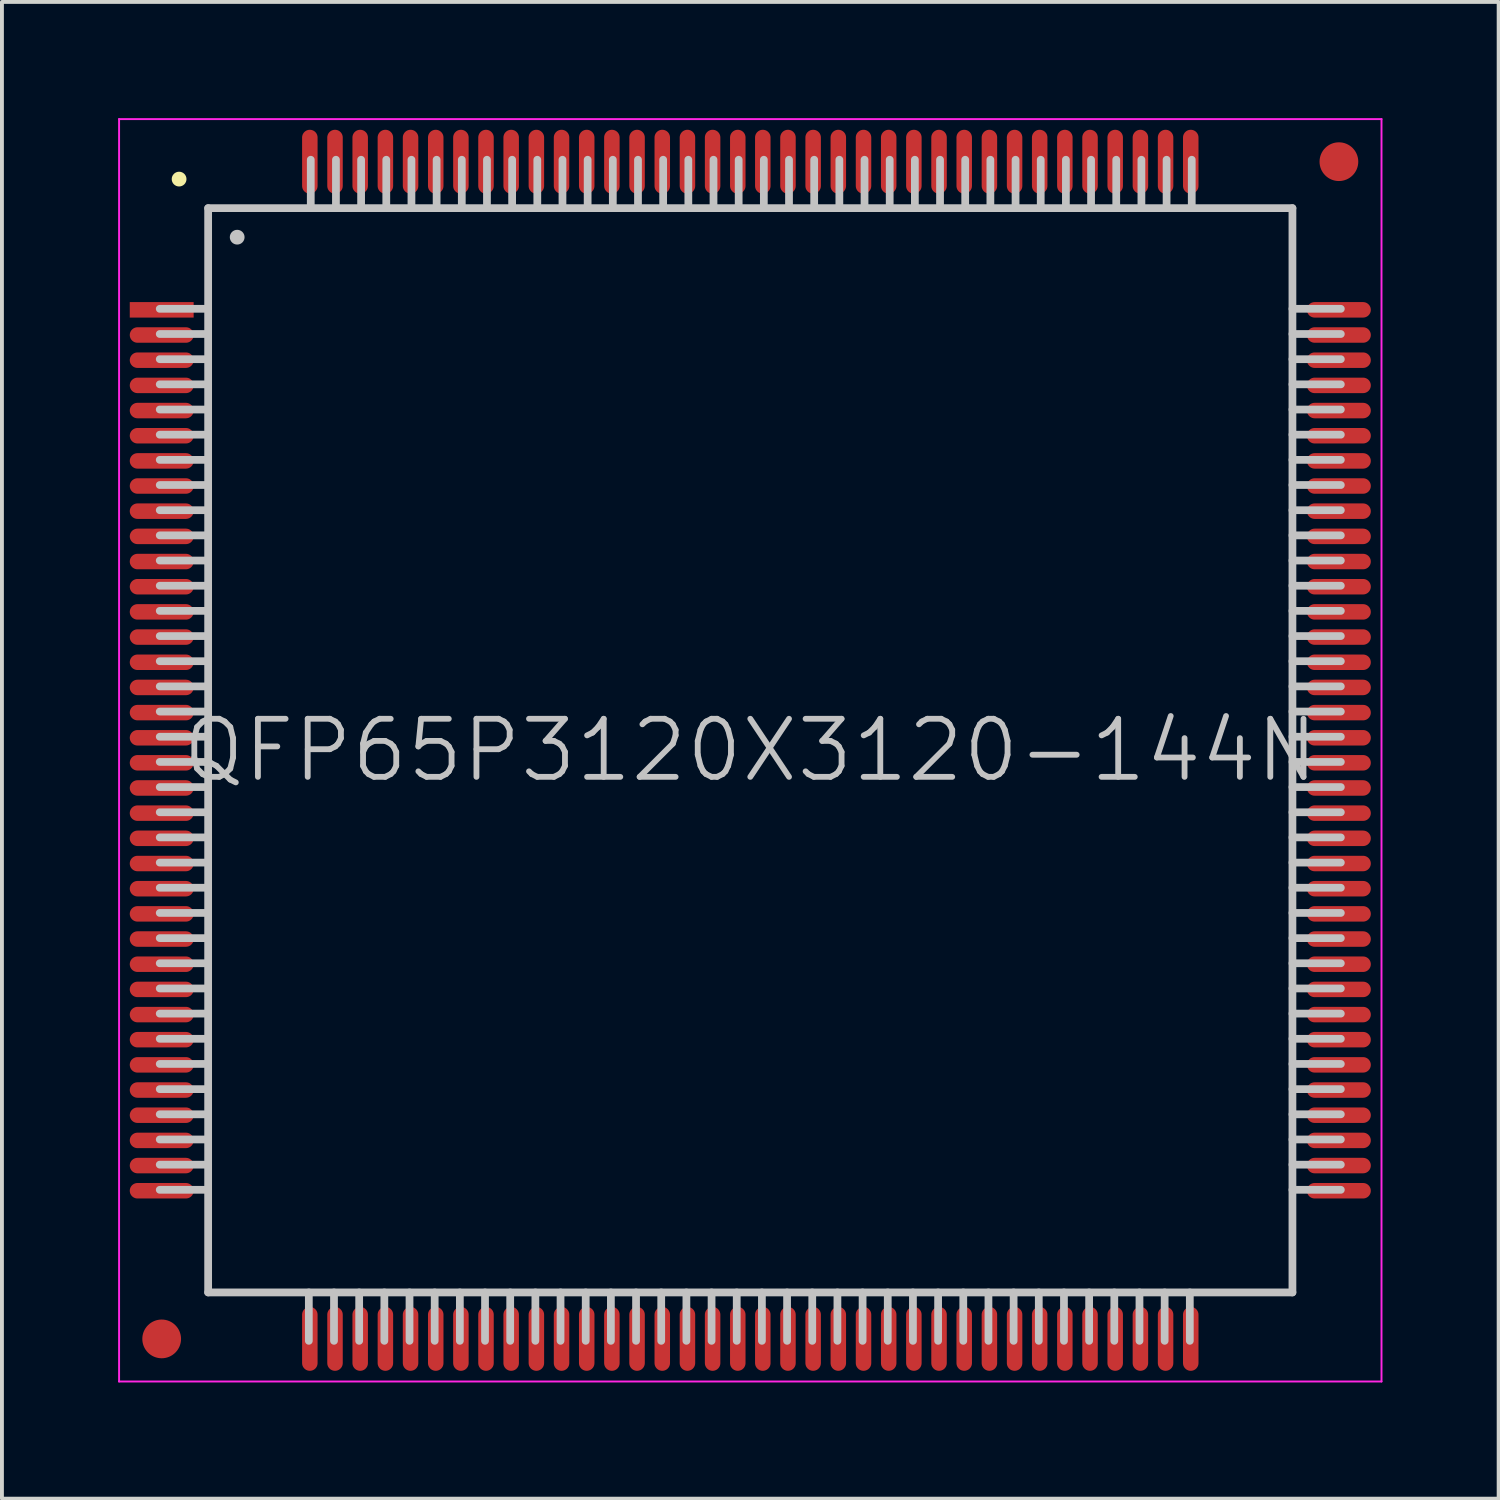
<source format=kicad_pcb>
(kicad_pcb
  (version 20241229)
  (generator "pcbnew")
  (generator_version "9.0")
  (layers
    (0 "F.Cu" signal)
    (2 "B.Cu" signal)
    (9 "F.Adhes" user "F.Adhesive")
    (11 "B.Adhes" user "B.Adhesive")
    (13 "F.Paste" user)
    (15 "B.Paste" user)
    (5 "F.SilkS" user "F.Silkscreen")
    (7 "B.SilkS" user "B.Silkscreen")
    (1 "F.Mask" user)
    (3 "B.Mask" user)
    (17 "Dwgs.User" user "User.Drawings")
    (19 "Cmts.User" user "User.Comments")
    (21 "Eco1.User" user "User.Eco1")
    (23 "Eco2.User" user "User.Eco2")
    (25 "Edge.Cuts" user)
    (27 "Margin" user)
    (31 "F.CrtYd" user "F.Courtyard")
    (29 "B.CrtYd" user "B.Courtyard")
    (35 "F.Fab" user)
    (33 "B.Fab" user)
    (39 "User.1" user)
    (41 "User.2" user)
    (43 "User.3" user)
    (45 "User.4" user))
  (footprint "QFP65P3120X3120-144N"
    (layer "F.Cu")
    (at 16.325 16.325)
    (property "Reference" "QFP65P3120X3120-144N" (at 0 0 0) (layer "Dwgs.User") (effects (font (size 1.5 1.5) (thickness 0.15))))
    (attr smd)
    (fp_line (start -14.75 -14.75) (end -14.75 -14.75) (stroke (width 0.381) (type solid)) (layer "F.SilkS"))
    (fp_line (start -14 -14) (end -14 14) (stroke (width 0.2) (type solid)) (layer "Dwgs.User"))
    (fp_line (start -14 -14) (end 14 -14) (stroke (width 0.2) (type solid)) (layer "Dwgs.User"))
    (fp_line (start -14 -11.4) (end -15.25 -11.4) (stroke (width 0.2) (type solid)) (layer "Dwgs.User"))
    (fp_line (start -14 -10.75) (end -15.25 -10.75) (stroke (width 0.2) (type solid)) (layer "Dwgs.User"))
    (fp_line (start -14 -10.1) (end -15.25 -10.1) (stroke (width 0.2) (type solid)) (layer "Dwgs.User"))
    (fp_line (start -14 -9.45) (end -15.25 -9.45) (stroke (width 0.2) (type solid)) (layer "Dwgs.User"))
    (fp_line (start -14 -8.8) (end -15.25 -8.8) (stroke (width 0.2) (type solid)) (layer "Dwgs.User"))
    (fp_line (start -14 -8.15) (end -15.25 -8.15) (stroke (width 0.2) (type solid)) (layer "Dwgs.User"))
    (fp_line (start -14 -7.5) (end -15.25 -7.5) (stroke (width 0.2) (type solid)) (layer "Dwgs.User"))
    (fp_line (start -14 -6.85) (end -15.25 -6.85) (stroke (width 0.2) (type solid)) (layer "Dwgs.User"))
    (fp_line (start -14 -6.2) (end -15.25 -6.2) (stroke (width 0.2) (type solid)) (layer "Dwgs.User"))
    (fp_line (start -14 -5.55) (end -15.25 -5.55) (stroke (width 0.2) (type solid)) (layer "Dwgs.User"))
    (fp_line (start -14 -4.9) (end -15.25 -4.9) (stroke (width 0.2) (type solid)) (layer "Dwgs.User"))
    (fp_line (start -14 -4.25) (end -15.25 -4.25) (stroke (width 0.2) (type solid)) (layer "Dwgs.User"))
    (fp_line (start -14 -3.6) (end -15.25 -3.6) (stroke (width 0.2) (type solid)) (layer "Dwgs.User"))
    (fp_line (start -14 -2.95) (end -15.25 -2.95) (stroke (width 0.2) (type solid)) (layer "Dwgs.User"))
    (fp_line (start -14 -2.3) (end -15.25 -2.3) (stroke (width 0.2) (type solid)) (layer "Dwgs.User"))
    (fp_line (start -14 -1.65) (end -15.25 -1.65) (stroke (width 0.2) (type solid)) (layer "Dwgs.User"))
    (fp_line (start -14 -1) (end -15.25 -1) (stroke (width 0.2) (type solid)) (layer "Dwgs.User"))
    (fp_line (start -14 -0.35) (end -15.25 -0.35) (stroke (width 0.2) (type solid)) (layer "Dwgs.User"))
    (fp_line (start -14 0.3) (end -15.25 0.3) (stroke (width 0.2) (type solid)) (layer "Dwgs.User"))
    (fp_line (start -14 0.95) (end -15.25 0.95) (stroke (width 0.2) (type solid)) (layer "Dwgs.User"))
    (fp_line (start -14 1.6) (end -15.25 1.6) (stroke (width 0.2) (type solid)) (layer "Dwgs.User"))
    (fp_line (start -14 2.25) (end -15.25 2.25) (stroke (width 0.2) (type solid)) (layer "Dwgs.User"))
    (fp_line (start -14 2.9) (end -15.25 2.9) (stroke (width 0.2) (type solid)) (layer "Dwgs.User"))
    (fp_line (start -14 3.55) (end -15.25 3.55) (stroke (width 0.2) (type solid)) (layer "Dwgs.User"))
    (fp_line (start -14 4.2) (end -15.25 4.2) (stroke (width 0.2) (type solid)) (layer "Dwgs.User"))
    (fp_line (start -14 4.85) (end -15.25 4.85) (stroke (width 0.2) (type solid)) (layer "Dwgs.User"))
    (fp_line (start -14 5.5) (end -15.25 5.5) (stroke (width 0.2) (type solid)) (layer "Dwgs.User"))
    (fp_line (start -14 6.15) (end -15.25 6.15) (stroke (width 0.2) (type solid)) (layer "Dwgs.User"))
    (fp_line (start -14 6.8) (end -15.25 6.8) (stroke (width 0.2) (type solid)) (layer "Dwgs.User"))
    (fp_line (start -14 7.45) (end -15.25 7.45) (stroke (width 0.2) (type solid)) (layer "Dwgs.User"))
    (fp_line (start -14 8.1) (end -15.25 8.1) (stroke (width 0.2) (type solid)) (layer "Dwgs.User"))
    (fp_line (start -14 8.75) (end -15.25 8.75) (stroke (width 0.2) (type solid)) (layer "Dwgs.User"))
    (fp_line (start -14 9.4) (end -15.25 9.4) (stroke (width 0.2) (type solid)) (layer "Dwgs.User"))
    (fp_line (start -14 10.05) (end -15.25 10.05) (stroke (width 0.2) (type solid)) (layer "Dwgs.User"))
    (fp_line (start -14 10.7) (end -15.25 10.7) (stroke (width 0.2) (type solid)) (layer "Dwgs.User"))
    (fp_line (start -14 11.35) (end -15.25 11.35) (stroke (width 0.2) (type solid)) (layer "Dwgs.User"))
    (fp_line (start -14 14) (end 14 14) (stroke (width 0.2) (type solid)) (layer "Dwgs.User"))
    (fp_line (start -13.25 -13.25) (end -13.25 -13.25) (stroke (width 0.381) (type solid)) (layer "Dwgs.User"))
    (fp_line (start -11.4 14) (end -11.4 15.25) (stroke (width 0.2) (type solid)) (layer "Dwgs.User"))
    (fp_line (start -11.35 -15.25) (end -11.35 -14) (stroke (width 0.2) (type solid)) (layer "Dwgs.User"))
    (fp_line (start -10.75 14) (end -10.75 15.25) (stroke (width 0.2) (type solid)) (layer "Dwgs.User"))
    (fp_line (start -10.7 -15.25) (end -10.7 -14) (stroke (width 0.2) (type solid)) (layer "Dwgs.User"))
    (fp_line (start -10.1 14) (end -10.1 15.25) (stroke (width 0.2) (type solid)) (layer "Dwgs.User"))
    (fp_line (start -10.05 -15.25) (end -10.05 -14) (stroke (width 0.2) (type solid)) (layer "Dwgs.User"))
    (fp_line (start -9.45 14) (end -9.45 15.25) (stroke (width 0.2) (type solid)) (layer "Dwgs.User"))
    (fp_line (start -9.4 -15.25) (end -9.4 -14) (stroke (width 0.2) (type solid)) (layer "Dwgs.User"))
    (fp_line (start -8.8 14) (end -8.8 15.25) (stroke (width 0.2) (type solid)) (layer "Dwgs.User"))
    (fp_line (start -8.75 -15.25) (end -8.75 -14) (stroke (width 0.2) (type solid)) (layer "Dwgs.User"))
    (fp_line (start -8.15 14) (end -8.15 15.25) (stroke (width 0.2) (type solid)) (layer "Dwgs.User"))
    (fp_line (start -8.1 -15.25) (end -8.1 -14) (stroke (width 0.2) (type solid)) (layer "Dwgs.User"))
    (fp_line (start -7.5 14) (end -7.5 15.25) (stroke (width 0.2) (type solid)) (layer "Dwgs.User"))
    (fp_line (start -7.45 -15.25) (end -7.45 -14) (stroke (width 0.2) (type solid)) (layer "Dwgs.User"))
    (fp_line (start -6.85 14) (end -6.85 15.25) (stroke (width 0.2) (type solid)) (layer "Dwgs.User"))
    (fp_line (start -6.8 -15.25) (end -6.8 -14) (stroke (width 0.2) (type solid)) (layer "Dwgs.User"))
    (fp_line (start -6.2 14) (end -6.2 15.25) (stroke (width 0.2) (type solid)) (layer "Dwgs.User"))
    (fp_line (start -6.15 -15.25) (end -6.15 -14) (stroke (width 0.2) (type solid)) (layer "Dwgs.User"))
    (fp_line (start -5.55 14) (end -5.55 15.25) (stroke (width 0.2) (type solid)) (layer "Dwgs.User"))
    (fp_line (start -5.5 -15.25) (end -5.5 -14) (stroke (width 0.2) (type solid)) (layer "Dwgs.User"))
    (fp_line (start -4.9 14) (end -4.9 15.25) (stroke (width 0.2) (type solid)) (layer "Dwgs.User"))
    (fp_line (start -4.85 -15.25) (end -4.85 -14) (stroke (width 0.2) (type solid)) (layer "Dwgs.User"))
    (fp_line (start -4.25 14) (end -4.25 15.25) (stroke (width 0.2) (type solid)) (layer "Dwgs.User"))
    (fp_line (start -4.2 -15.25) (end -4.2 -14) (stroke (width 0.2) (type solid)) (layer "Dwgs.User"))
    (fp_line (start -3.6 14) (end -3.6 15.25) (stroke (width 0.2) (type solid)) (layer "Dwgs.User"))
    (fp_line (start -3.55 -15.25) (end -3.55 -14) (stroke (width 0.2) (type solid)) (layer "Dwgs.User"))
    (fp_line (start -2.95 14) (end -2.95 15.25) (stroke (width 0.2) (type solid)) (layer "Dwgs.User"))
    (fp_line (start -2.9 -15.25) (end -2.9 -14) (stroke (width 0.2) (type solid)) (layer "Dwgs.User"))
    (fp_line (start -2.3 14) (end -2.3 15.25) (stroke (width 0.2) (type solid)) (layer "Dwgs.User"))
    (fp_line (start -2.25 -15.25) (end -2.25 -14) (stroke (width 0.2) (type solid)) (layer "Dwgs.User"))
    (fp_line (start -1.65 14) (end -1.65 15.25) (stroke (width 0.2) (type solid)) (layer "Dwgs.User"))
    (fp_line (start -1.6 -15.25) (end -1.6 -14) (stroke (width 0.2) (type solid)) (layer "Dwgs.User"))
    (fp_line (start -1 14) (end -1 15.25) (stroke (width 0.2) (type solid)) (layer "Dwgs.User"))
    (fp_line (start -0.95 -15.25) (end -0.95 -14) (stroke (width 0.2) (type solid)) (layer "Dwgs.User"))
    (fp_line (start -0.35 14) (end -0.35 15.25) (stroke (width 0.2) (type solid)) (layer "Dwgs.User"))
    (fp_line (start -0.3 -15.25) (end -0.3 -14) (stroke (width 0.2) (type solid)) (layer "Dwgs.User"))
    (fp_line (start 0.3 14) (end 0.3 15.25) (stroke (width 0.2) (type solid)) (layer "Dwgs.User"))
    (fp_line (start 0.35 -15.25) (end 0.35 -14) (stroke (width 0.2) (type solid)) (layer "Dwgs.User"))
    (fp_line (start 0.95 14) (end 0.95 15.25) (stroke (width 0.2) (type solid)) (layer "Dwgs.User"))
    (fp_line (start 1 -15.25) (end 1 -14) (stroke (width 0.2) (type solid)) (layer "Dwgs.User"))
    (fp_line (start 1.6 14) (end 1.6 15.25) (stroke (width 0.2) (type solid)) (layer "Dwgs.User"))
    (fp_line (start 1.65 -15.25) (end 1.65 -14) (stroke (width 0.2) (type solid)) (layer "Dwgs.User"))
    (fp_line (start 2.25 14) (end 2.25 15.25) (stroke (width 0.2) (type solid)) (layer "Dwgs.User"))
    (fp_line (start 2.3 -15.25) (end 2.3 -14) (stroke (width 0.2) (type solid)) (layer "Dwgs.User"))
    (fp_line (start 2.9 14) (end 2.9 15.25) (stroke (width 0.2) (type solid)) (layer "Dwgs.User"))
    (fp_line (start 2.95 -15.25) (end 2.95 -14) (stroke (width 0.2) (type solid)) (layer "Dwgs.User"))
    (fp_line (start 3.55 14) (end 3.55 15.25) (stroke (width 0.2) (type solid)) (layer "Dwgs.User"))
    (fp_line (start 3.6 -15.25) (end 3.6 -14) (stroke (width 0.2) (type solid)) (layer "Dwgs.User"))
    (fp_line (start 4.2 14) (end 4.2 15.25) (stroke (width 0.2) (type solid)) (layer "Dwgs.User"))
    (fp_line (start 4.25 -15.25) (end 4.25 -14) (stroke (width 0.2) (type solid)) (layer "Dwgs.User"))
    (fp_line (start 4.85 14) (end 4.85 15.25) (stroke (width 0.2) (type solid)) (layer "Dwgs.User"))
    (fp_line (start 4.9 -15.25) (end 4.9 -14) (stroke (width 0.2) (type solid)) (layer "Dwgs.User"))
    (fp_line (start 5.5 14) (end 5.5 15.25) (stroke (width 0.2) (type solid)) (layer "Dwgs.User"))
    (fp_line (start 5.55 -15.25) (end 5.55 -14) (stroke (width 0.2) (type solid)) (layer "Dwgs.User"))
    (fp_line (start 6.15 14) (end 6.15 15.25) (stroke (width 0.2) (type solid)) (layer "Dwgs.User"))
    (fp_line (start 6.2 -15.25) (end 6.2 -14) (stroke (width 0.2) (type solid)) (layer "Dwgs.User"))
    (fp_line (start 6.8 14) (end 6.8 15.25) (stroke (width 0.2) (type solid)) (layer "Dwgs.User"))
    (fp_line (start 6.85 -15.25) (end 6.85 -14) (stroke (width 0.2) (type solid)) (layer "Dwgs.User"))
    (fp_line (start 7.45 14) (end 7.45 15.25) (stroke (width 0.2) (type solid)) (layer "Dwgs.User"))
    (fp_line (start 7.5 -15.25) (end 7.5 -14) (stroke (width 0.2) (type solid)) (layer "Dwgs.User"))
    (fp_line (start 8.1 14) (end 8.1 15.25) (stroke (width 0.2) (type solid)) (layer "Dwgs.User"))
    (fp_line (start 8.15 -15.25) (end 8.15 -14) (stroke (width 0.2) (type solid)) (layer "Dwgs.User"))
    (fp_line (start 8.75 14) (end 8.75 15.25) (stroke (width 0.2) (type solid)) (layer "Dwgs.User"))
    (fp_line (start 8.8 -15.25) (end 8.8 -14) (stroke (width 0.2) (type solid)) (layer "Dwgs.User"))
    (fp_line (start 9.4 14) (end 9.4 15.25) (stroke (width 0.2) (type solid)) (layer "Dwgs.User"))
    (fp_line (start 9.45 -15.25) (end 9.45 -14) (stroke (width 0.2) (type solid)) (layer "Dwgs.User"))
    (fp_line (start 10.05 14) (end 10.05 15.25) (stroke (width 0.2) (type solid)) (layer "Dwgs.User"))
    (fp_line (start 10.1 -15.25) (end 10.1 -14) (stroke (width 0.2) (type solid)) (layer "Dwgs.User"))
    (fp_line (start 10.7 14) (end 10.7 15.25) (stroke (width 0.2) (type solid)) (layer "Dwgs.User"))
    (fp_line (start 10.75 -15.25) (end 10.75 -14) (stroke (width 0.2) (type solid)) (layer "Dwgs.User"))
    (fp_line (start 11.35 14) (end 11.35 15.25) (stroke (width 0.2) (type solid)) (layer "Dwgs.User"))
    (fp_line (start 11.4 -15.25) (end 11.4 -14) (stroke (width 0.2) (type solid)) (layer "Dwgs.User"))
    (fp_line (start 14 -14) (end 14 14) (stroke (width 0.2) (type solid)) (layer "Dwgs.User"))
    (fp_line (start 15.25 -11.4) (end 14 -11.4) (stroke (width 0.2) (type solid)) (layer "Dwgs.User"))
    (fp_line (start 15.25 -10.75) (end 14 -10.75) (stroke (width 0.2) (type solid)) (layer "Dwgs.User"))
    (fp_line (start 15.25 -10.1) (end 14 -10.1) (stroke (width 0.2) (type solid)) (layer "Dwgs.User"))
    (fp_line (start 15.25 -9.45) (end 14 -9.45) (stroke (width 0.2) (type solid)) (layer "Dwgs.User"))
    (fp_line (start 15.25 -8.8) (end 14 -8.8) (stroke (width 0.2) (type solid)) (layer "Dwgs.User"))
    (fp_line (start 15.25 -8.15) (end 14 -8.15) (stroke (width 0.2) (type solid)) (layer "Dwgs.User"))
    (fp_line (start 15.25 -7.5) (end 14 -7.5) (stroke (width 0.2) (type solid)) (layer "Dwgs.User"))
    (fp_line (start 15.25 -6.85) (end 14 -6.85) (stroke (width 0.2) (type solid)) (layer "Dwgs.User"))
    (fp_line (start 15.25 -6.2) (end 14 -6.2) (stroke (width 0.2) (type solid)) (layer "Dwgs.User"))
    (fp_line (start 15.25 -5.55) (end 14 -5.55) (stroke (width 0.2) (type solid)) (layer "Dwgs.User"))
    (fp_line (start 15.25 -4.9) (end 14 -4.9) (stroke (width 0.2) (type solid)) (layer "Dwgs.User"))
    (fp_line (start 15.25 -4.25) (end 14 -4.25) (stroke (width 0.2) (type solid)) (layer "Dwgs.User"))
    (fp_line (start 15.25 -3.6) (end 14 -3.6) (stroke (width 0.2) (type solid)) (layer "Dwgs.User"))
    (fp_line (start 15.25 -2.95) (end 14 -2.95) (stroke (width 0.2) (type solid)) (layer "Dwgs.User"))
    (fp_line (start 15.25 -2.3) (end 14 -2.3) (stroke (width 0.2) (type solid)) (layer "Dwgs.User"))
    (fp_line (start 15.25 -1.65) (end 14 -1.65) (stroke (width 0.2) (type solid)) (layer "Dwgs.User"))
    (fp_line (start 15.25 -1) (end 14 -1) (stroke (width 0.2) (type solid)) (layer "Dwgs.User"))
    (fp_line (start 15.25 -0.35) (end 14 -0.35) (stroke (width 0.2) (type solid)) (layer "Dwgs.User"))
    (fp_line (start 15.25 0.3) (end 14 0.3) (stroke (width 0.2) (type solid)) (layer "Dwgs.User"))
    (fp_line (start 15.25 0.95) (end 14 0.95) (stroke (width 0.2) (type solid)) (layer "Dwgs.User"))
    (fp_line (start 15.25 1.6) (end 14 1.6) (stroke (width 0.2) (type solid)) (layer "Dwgs.User"))
    (fp_line (start 15.25 2.25) (end 14 2.25) (stroke (width 0.2) (type solid)) (layer "Dwgs.User"))
    (fp_line (start 15.25 2.9) (end 14 2.9) (stroke (width 0.2) (type solid)) (layer "Dwgs.User"))
    (fp_line (start 15.25 3.55) (end 14 3.55) (stroke (width 0.2) (type solid)) (layer "Dwgs.User"))
    (fp_line (start 15.25 4.2) (end 14 4.2) (stroke (width 0.2) (type solid)) (layer "Dwgs.User"))
    (fp_line (start 15.25 4.85) (end 14 4.85) (stroke (width 0.2) (type solid)) (layer "Dwgs.User"))
    (fp_line (start 15.25 5.5) (end 14 5.5) (stroke (width 0.2) (type solid)) (layer "Dwgs.User"))
    (fp_line (start 15.25 6.15) (end 14 6.15) (stroke (width 0.2) (type solid)) (layer "Dwgs.User"))
    (fp_line (start 15.25 6.8) (end 14 6.8) (stroke (width 0.2) (type solid)) (layer "Dwgs.User"))
    (fp_line (start 15.25 7.45) (end 14 7.45) (stroke (width 0.2) (type solid)) (layer "Dwgs.User"))
    (fp_line (start 15.25 8.1) (end 14 8.1) (stroke (width 0.2) (type solid)) (layer "Dwgs.User"))
    (fp_line (start 15.25 8.75) (end 14 8.75) (stroke (width 0.2) (type solid)) (layer "Dwgs.User"))
    (fp_line (start 15.25 9.4) (end 14 9.4) (stroke (width 0.2) (type solid)) (layer "Dwgs.User"))
    (fp_line (start 15.25 10.05) (end 14 10.05) (stroke (width 0.2) (type solid)) (layer "Dwgs.User"))
    (fp_line (start 15.25 10.7) (end 14 10.7) (stroke (width 0.2) (type solid)) (layer "Dwgs.User"))
    (fp_line (start 15.25 11.35) (end 14 11.35) (stroke (width 0.2) (type solid)) (layer "Dwgs.User"))
    (fp_line (start -16.3 -16.3) (end -16.3 16.3) (stroke (width 0.05) (type solid)) (layer "F.CrtYd"))
    (fp_line (start -16.3 -16.3) (end 16.3 -16.3) (stroke (width 0.05) (type solid)) (layer "F.CrtYd"))
    (fp_line (start -16.3 16.3) (end 16.3 16.3) (stroke (width 0.05) (type solid)) (layer "F.CrtYd"))
    (fp_line (start 16.3 -16.3) (end 16.3 16.3) (stroke (width 0.05) (type solid)) (layer "F.CrtYd"))
    (pad "" smd circle (at -15.2 15.2) (size 1 1) (layers "F.Cu" "F.Mask"))
    (pad "" smd circle (at 15.2 -15.2) (size 1 1) (layers "F.Cu" "F.Mask"))
    (pad "1" smd rect (at -15.199 -11.374 90) (size 0.4 1.65) (layers "F.Cu" "F.Mask" "F.Paste"))
    (pad "2" smd oval (at -15.199 -10.724 90) (size 0.4 1.65) (layers "F.Cu" "F.Mask" "F.Paste"))
    (pad "3" smd oval (at -15.199 -10.074 90) (size 0.4 1.65) (layers "F.Cu" "F.Mask" "F.Paste"))
    (pad "4" smd oval (at -15.199 -9.423 90) (size 0.4 1.65) (layers "F.Cu" "F.Mask" "F.Paste"))
    (pad "5" smd oval (at -15.199 -8.773 90) (size 0.4 1.65) (layers "F.Cu" "F.Mask" "F.Paste"))
    (pad "6" smd oval (at -15.199 -8.123 90) (size 0.4 1.65) (layers "F.Cu" "F.Mask" "F.Paste"))
    (pad "7" smd oval (at -15.199 -7.473 90) (size 0.4 1.65) (layers "F.Cu" "F.Mask" "F.Paste"))
    (pad "8" smd oval (at -15.199 -6.825 90) (size 0.4 1.65) (layers "F.Cu" "F.Mask" "F.Paste"))
    (pad "9" smd oval (at -15.199 -6.175 90) (size 0.4 1.65) (layers "F.Cu" "F.Mask" "F.Paste"))
    (pad "10" smd oval (at -15.199 -5.524 90) (size 0.4 1.65) (layers "F.Cu" "F.Mask" "F.Paste"))
    (pad "11" smd oval (at -15.199 -4.874 90) (size 0.4 1.65) (layers "F.Cu" "F.Mask" "F.Paste"))
    (pad "12" smd oval (at -15.199 -4.224 90) (size 0.4 1.65) (layers "F.Cu" "F.Mask" "F.Paste"))
    (pad "13" smd oval (at -15.199 -3.574 90) (size 0.4 1.65) (layers "F.Cu" "F.Mask" "F.Paste"))
    (pad "14" smd oval (at -15.199 -2.924 90) (size 0.4 1.65) (layers "F.Cu" "F.Mask" "F.Paste"))
    (pad "15" smd oval (at -15.199 -2.273 90) (size 0.4 1.65) (layers "F.Cu" "F.Mask" "F.Paste"))
    (pad "16" smd oval (at -15.199 -1.623 90) (size 0.4 1.65) (layers "F.Cu" "F.Mask" "F.Paste"))
    (pad "17" smd oval (at -15.199 -0.973 90) (size 0.4 1.65) (layers "F.Cu" "F.Mask" "F.Paste"))
    (pad "18" smd oval (at -15.199 -0.323 90) (size 0.4 1.65) (layers "F.Cu" "F.Mask" "F.Paste"))
    (pad "19" smd oval (at -15.199 0.323 90) (size 0.4 1.65) (layers "F.Cu" "F.Mask" "F.Paste"))
    (pad "20" smd oval (at -15.199 0.973 90) (size 0.4 1.65) (layers "F.Cu" "F.Mask" "F.Paste"))
    (pad "21" smd oval (at -15.199 1.623 90) (size 0.4 1.65) (layers "F.Cu" "F.Mask" "F.Paste"))
    (pad "22" smd oval (at -15.199 2.273 90) (size 0.4 1.65) (layers "F.Cu" "F.Mask" "F.Paste"))
    (pad "23" smd oval (at -15.199 2.924 90) (size 0.4 1.65) (layers "F.Cu" "F.Mask" "F.Paste"))
    (pad "24" smd oval (at -15.199 3.574 90) (size 0.4 1.65) (layers "F.Cu" "F.Mask" "F.Paste"))
    (pad "25" smd oval (at -15.199 4.224 90) (size 0.4 1.65) (layers "F.Cu" "F.Mask" "F.Paste"))
    (pad "26" smd oval (at -15.199 4.874 90) (size 0.4 1.65) (layers "F.Cu" "F.Mask" "F.Paste"))
    (pad "27" smd oval (at -15.199 5.524 90) (size 0.4 1.65) (layers "F.Cu" "F.Mask" "F.Paste"))
    (pad "28" smd oval (at -15.199 6.175 90) (size 0.4 1.65) (layers "F.Cu" "F.Mask" "F.Paste"))
    (pad "29" smd oval (at -15.199 6.825 90) (size 0.4 1.65) (layers "F.Cu" "F.Mask" "F.Paste"))
    (pad "30" smd oval (at -15.199 7.473 90) (size 0.4 1.65) (layers "F.Cu" "F.Mask" "F.Paste"))
    (pad "31" smd oval (at -15.199 8.123 90) (size 0.4 1.65) (layers "F.Cu" "F.Mask" "F.Paste"))
    (pad "32" smd oval (at -15.199 8.773 90) (size 0.4 1.65) (layers "F.Cu" "F.Mask" "F.Paste"))
    (pad "33" smd oval (at -15.199 9.423 90) (size 0.4 1.65) (layers "F.Cu" "F.Mask" "F.Paste"))
    (pad "34" smd oval (at -15.199 10.074 90) (size 0.4 1.65) (layers "F.Cu" "F.Mask" "F.Paste"))
    (pad "35" smd oval (at -15.199 10.724 90) (size 0.4 1.65) (layers "F.Cu" "F.Mask" "F.Paste"))
    (pad "36" smd oval (at -15.199 11.374 90) (size 0.4 1.65) (layers "F.Cu" "F.Mask" "F.Paste"))
    (pad "37" smd oval (at -11.374 15.199 180) (size 0.4 1.65) (layers "F.Cu" "F.Mask" "F.Paste"))
    (pad "38" smd oval (at -10.724 15.199 180) (size 0.4 1.65) (layers "F.Cu" "F.Mask" "F.Paste"))
    (pad "39" smd oval (at -10.074 15.199 180) (size 0.4 1.65) (layers "F.Cu" "F.Mask" "F.Paste"))
    (pad "40" smd oval (at -9.423 15.199 180) (size 0.4 1.65) (layers "F.Cu" "F.Mask" "F.Paste"))
    (pad "41" smd oval (at -8.773 15.199 180) (size 0.4 1.65) (layers "F.Cu" "F.Mask" "F.Paste"))
    (pad "42" smd oval (at -8.123 15.199 180) (size 0.4 1.65) (layers "F.Cu" "F.Mask" "F.Paste"))
    (pad "43" smd oval (at -7.473 15.199 180) (size 0.4 1.65) (layers "F.Cu" "F.Mask" "F.Paste"))
    (pad "44" smd oval (at -6.825 15.199 180) (size 0.4 1.65) (layers "F.Cu" "F.Mask" "F.Paste"))
    (pad "45" smd oval (at -6.175 15.199 180) (size 0.4 1.65) (layers "F.Cu" "F.Mask" "F.Paste"))
    (pad "46" smd oval (at -5.524 15.199 180) (size 0.4 1.65) (layers "F.Cu" "F.Mask" "F.Paste"))
    (pad "47" smd oval (at -4.874 15.199 180) (size 0.4 1.65) (layers "F.Cu" "F.Mask" "F.Paste"))
    (pad "48" smd oval (at -4.224 15.199 180) (size 0.4 1.65) (layers "F.Cu" "F.Mask" "F.Paste"))
    (pad "49" smd oval (at -3.574 15.199 180) (size 0.4 1.65) (layers "F.Cu" "F.Mask" "F.Paste"))
    (pad "50" smd oval (at -2.924 15.199 180) (size 0.4 1.65) (layers "F.Cu" "F.Mask" "F.Paste"))
    (pad "51" smd oval (at -2.273 15.199 180) (size 0.4 1.65) (layers "F.Cu" "F.Mask" "F.Paste"))
    (pad "52" smd oval (at -1.623 15.199 180) (size 0.4 1.65) (layers "F.Cu" "F.Mask" "F.Paste"))
    (pad "53" smd oval (at -0.973 15.199 180) (size 0.4 1.65) (layers "F.Cu" "F.Mask" "F.Paste"))
    (pad "54" smd oval (at -0.323 15.199 180) (size 0.4 1.65) (layers "F.Cu" "F.Mask" "F.Paste"))
    (pad "55" smd oval (at 0.323 15.199 180) (size 0.4 1.65) (layers "F.Cu" "F.Mask" "F.Paste"))
    (pad "56" smd oval (at 0.973 15.199 180) (size 0.4 1.65) (layers "F.Cu" "F.Mask" "F.Paste"))
    (pad "57" smd oval (at 1.623 15.199 180) (size 0.4 1.65) (layers "F.Cu" "F.Mask" "F.Paste"))
    (pad "58" smd oval (at 2.273 15.199 180) (size 0.4 1.65) (layers "F.Cu" "F.Mask" "F.Paste"))
    (pad "59" smd oval (at 2.924 15.199 180) (size 0.4 1.65) (layers "F.Cu" "F.Mask" "F.Paste"))
    (pad "60" smd oval (at 3.574 15.199 180) (size 0.4 1.65) (layers "F.Cu" "F.Mask" "F.Paste"))
    (pad "61" smd oval (at 4.224 15.199 180) (size 0.4 1.65) (layers "F.Cu" "F.Mask" "F.Paste"))
    (pad "62" smd oval (at 4.874 15.199 180) (size 0.4 1.65) (layers "F.Cu" "F.Mask" "F.Paste"))
    (pad "63" smd oval (at 5.524 15.199 180) (size 0.4 1.65) (layers "F.Cu" "F.Mask" "F.Paste"))
    (pad "64" smd oval (at 6.175 15.199 180) (size 0.4 1.65) (layers "F.Cu" "F.Mask" "F.Paste"))
    (pad "65" smd oval (at 6.825 15.199 180) (size 0.4 1.65) (layers "F.Cu" "F.Mask" "F.Paste"))
    (pad "66" smd oval (at 7.473 15.199 180) (size 0.4 1.65) (layers "F.Cu" "F.Mask" "F.Paste"))
    (pad "67" smd oval (at 8.123 15.199 180) (size 0.4 1.65) (layers "F.Cu" "F.Mask" "F.Paste"))
    (pad "68" smd oval (at 8.773 15.199 180) (size 0.4 1.65) (layers "F.Cu" "F.Mask" "F.Paste"))
    (pad "69" smd oval (at 9.423 15.199 180) (size 0.4 1.65) (layers "F.Cu" "F.Mask" "F.Paste"))
    (pad "70" smd oval (at 10.074 15.199 180) (size 0.4 1.65) (layers "F.Cu" "F.Mask" "F.Paste"))
    (pad "71" smd oval (at 10.724 15.199 180) (size 0.4 1.65) (layers "F.Cu" "F.Mask" "F.Paste"))
    (pad "72" smd oval (at 11.374 15.199 180) (size 0.4 1.65) (layers "F.Cu" "F.Mask" "F.Paste"))
    (pad "73" smd oval (at 15.199 11.374 270) (size 0.4 1.65) (layers "F.Cu" "F.Mask" "F.Paste"))
    (pad "74" smd oval (at 15.199 10.724 270) (size 0.4 1.65) (layers "F.Cu" "F.Mask" "F.Paste"))
    (pad "75" smd oval (at 15.199 10.074 270) (size 0.4 1.65) (layers "F.Cu" "F.Mask" "F.Paste"))
    (pad "76" smd oval (at 15.199 9.423 270) (size 0.4 1.65) (layers "F.Cu" "F.Mask" "F.Paste"))
    (pad "77" smd oval (at 15.199 8.773 270) (size 0.4 1.65) (layers "F.Cu" "F.Mask" "F.Paste"))
    (pad "78" smd oval (at 15.199 8.123 270) (size 0.4 1.65) (layers "F.Cu" "F.Mask" "F.Paste"))
    (pad "79" smd oval (at 15.199 7.473 270) (size 0.4 1.65) (layers "F.Cu" "F.Mask" "F.Paste"))
    (pad "80" smd oval (at 15.199 6.825 270) (size 0.4 1.65) (layers "F.Cu" "F.Mask" "F.Paste"))
    (pad "81" smd oval (at 15.199 6.175 270) (size 0.4 1.65) (layers "F.Cu" "F.Mask" "F.Paste"))
    (pad "82" smd oval (at 15.199 5.524 270) (size 0.4 1.65) (layers "F.Cu" "F.Mask" "F.Paste"))
    (pad "83" smd oval (at 15.199 4.874 270) (size 0.4 1.65) (layers "F.Cu" "F.Mask" "F.Paste"))
    (pad "84" smd oval (at 15.199 4.224 270) (size 0.4 1.65) (layers "F.Cu" "F.Mask" "F.Paste"))
    (pad "85" smd oval (at 15.199 3.574 270) (size 0.4 1.65) (layers "F.Cu" "F.Mask" "F.Paste"))
    (pad "86" smd oval (at 15.199 2.924 270) (size 0.4 1.65) (layers "F.Cu" "F.Mask" "F.Paste"))
    (pad "87" smd oval (at 15.199 2.273 270) (size 0.4 1.65) (layers "F.Cu" "F.Mask" "F.Paste"))
    (pad "88" smd oval (at 15.199 1.623 270) (size 0.4 1.65) (layers "F.Cu" "F.Mask" "F.Paste"))
    (pad "89" smd oval (at 15.199 0.973 270) (size 0.4 1.65) (layers "F.Cu" "F.Mask" "F.Paste"))
    (pad "90" smd oval (at 15.199 0.323 270) (size 0.4 1.65) (layers "F.Cu" "F.Mask" "F.Paste"))
    (pad "91" smd oval (at 15.199 -0.323 270) (size 0.4 1.65) (layers "F.Cu" "F.Mask" "F.Paste"))
    (pad "92" smd oval (at 15.199 -0.973 270) (size 0.4 1.65) (layers "F.Cu" "F.Mask" "F.Paste"))
    (pad "93" smd oval (at 15.199 -1.623 270) (size 0.4 1.65) (layers "F.Cu" "F.Mask" "F.Paste"))
    (pad "94" smd oval (at 15.199 -2.273 270) (size 0.4 1.65) (layers "F.Cu" "F.Mask" "F.Paste"))
    (pad "95" smd oval (at 15.199 -2.924 270) (size 0.4 1.65) (layers "F.Cu" "F.Mask" "F.Paste"))
    (pad "96" smd oval (at 15.199 -3.574 270) (size 0.4 1.65) (layers "F.Cu" "F.Mask" "F.Paste"))
    (pad "97" smd oval (at 15.199 -4.224 270) (size 0.4 1.65) (layers "F.Cu" "F.Mask" "F.Paste"))
    (pad "98" smd oval (at 15.199 -4.874 270) (size 0.4 1.65) (layers "F.Cu" "F.Mask" "F.Paste"))
    (pad "99" smd oval (at 15.199 -5.524 270) (size 0.4 1.65) (layers "F.Cu" "F.Mask" "F.Paste"))
    (pad "100" smd oval (at 15.199 -6.175 270) (size 0.4 1.65) (layers "F.Cu" "F.Mask" "F.Paste"))
    (pad "101" smd oval (at 15.199 -6.825 270) (size 0.4 1.65) (layers "F.Cu" "F.Mask" "F.Paste"))
    (pad "102" smd oval (at 15.199 -7.473 270) (size 0.4 1.65) (layers "F.Cu" "F.Mask" "F.Paste"))
    (pad "103" smd oval (at 15.199 -8.123 270) (size 0.4 1.65) (layers "F.Cu" "F.Mask" "F.Paste"))
    (pad "104" smd oval (at 15.199 -8.773 270) (size 0.4 1.65) (layers "F.Cu" "F.Mask" "F.Paste"))
    (pad "105" smd oval (at 15.199 -9.423 270) (size 0.4 1.65) (layers "F.Cu" "F.Mask" "F.Paste"))
    (pad "106" smd oval (at 15.199 -10.074 270) (size 0.4 1.65) (layers "F.Cu" "F.Mask" "F.Paste"))
    (pad "107" smd oval (at 15.199 -10.724 270) (size 0.4 1.65) (layers "F.Cu" "F.Mask" "F.Paste"))
    (pad "108" smd oval (at 15.199 -11.374 270) (size 0.4 1.65) (layers "F.Cu" "F.Mask" "F.Paste"))
    (pad "109" smd oval (at 11.374 -15.199) (size 0.4 1.65) (layers "F.Cu" "F.Mask" "F.Paste"))
    (pad "110" smd oval (at 10.724 -15.199) (size 0.4 1.65) (layers "F.Cu" "F.Mask" "F.Paste"))
    (pad "111" smd oval (at 10.074 -15.199) (size 0.4 1.65) (layers "F.Cu" "F.Mask" "F.Paste"))
    (pad "112" smd oval (at 9.423 -15.199) (size 0.4 1.65) (layers "F.Cu" "F.Mask" "F.Paste"))
    (pad "113" smd oval (at 8.773 -15.199) (size 0.4 1.65) (layers "F.Cu" "F.Mask" "F.Paste"))
    (pad "114" smd oval (at 8.123 -15.199) (size 0.4 1.65) (layers "F.Cu" "F.Mask" "F.Paste"))
    (pad "115" smd oval (at 7.473 -15.199) (size 0.4 1.65) (layers "F.Cu" "F.Mask" "F.Paste"))
    (pad "116" smd oval (at 6.825 -15.199) (size 0.4 1.65) (layers "F.Cu" "F.Mask" "F.Paste"))
    (pad "117" smd oval (at 6.175 -15.199) (size 0.4 1.65) (layers "F.Cu" "F.Mask" "F.Paste"))
    (pad "118" smd oval (at 5.524 -15.199) (size 0.4 1.65) (layers "F.Cu" "F.Mask" "F.Paste"))
    (pad "119" smd oval (at 4.874 -15.199) (size 0.4 1.65) (layers "F.Cu" "F.Mask" "F.Paste"))
    (pad "120" smd oval (at 4.224 -15.199) (size 0.4 1.65) (layers "F.Cu" "F.Mask" "F.Paste"))
    (pad "121" smd oval (at 3.574 -15.199) (size 0.4 1.65) (layers "F.Cu" "F.Mask" "F.Paste"))
    (pad "122" smd oval (at 2.924 -15.199) (size 0.4 1.65) (layers "F.Cu" "F.Mask" "F.Paste"))
    (pad "123" smd oval (at 2.273 -15.199) (size 0.4 1.65) (layers "F.Cu" "F.Mask" "F.Paste"))
    (pad "124" smd oval (at 1.623 -15.199) (size 0.4 1.65) (layers "F.Cu" "F.Mask" "F.Paste"))
    (pad "125" smd oval (at 0.973 -15.199) (size 0.4 1.65) (layers "F.Cu" "F.Mask" "F.Paste"))
    (pad "126" smd oval (at 0.323 -15.199) (size 0.4 1.65) (layers "F.Cu" "F.Mask" "F.Paste"))
    (pad "127" smd oval (at -0.323 -15.199) (size 0.4 1.65) (layers "F.Cu" "F.Mask" "F.Paste"))
    (pad "128" smd oval (at -0.973 -15.199) (size 0.4 1.65) (layers "F.Cu" "F.Mask" "F.Paste"))
    (pad "129" smd oval (at -1.623 -15.199) (size 0.4 1.65) (layers "F.Cu" "F.Mask" "F.Paste"))
    (pad "130" smd oval (at -2.273 -15.199) (size 0.4 1.65) (layers "F.Cu" "F.Mask" "F.Paste"))
    (pad "131" smd oval (at -2.924 -15.199) (size 0.4 1.65) (layers "F.Cu" "F.Mask" "F.Paste"))
    (pad "132" smd oval (at -3.574 -15.199) (size 0.4 1.65) (layers "F.Cu" "F.Mask" "F.Paste"))
    (pad "133" smd oval (at -4.224 -15.199) (size 0.4 1.65) (layers "F.Cu" "F.Mask" "F.Paste"))
    (pad "134" smd oval (at -4.874 -15.199) (size 0.4 1.65) (layers "F.Cu" "F.Mask" "F.Paste"))
    (pad "135" smd oval (at -5.524 -15.199) (size 0.4 1.65) (layers "F.Cu" "F.Mask" "F.Paste"))
    (pad "136" smd oval (at -6.175 -15.199) (size 0.4 1.65) (layers "F.Cu" "F.Mask" "F.Paste"))
    (pad "137" smd oval (at -6.825 -15.199) (size 0.4 1.65) (layers "F.Cu" "F.Mask" "F.Paste"))
    (pad "138" smd oval (at -7.473 -15.199) (size 0.4 1.65) (layers "F.Cu" "F.Mask" "F.Paste"))
    (pad "139" smd oval (at -8.123 -15.199) (size 0.4 1.65) (layers "F.Cu" "F.Mask" "F.Paste"))
    (pad "140" smd oval (at -8.773 -15.199) (size 0.4 1.65) (layers "F.Cu" "F.Mask" "F.Paste"))
    (pad "141" smd oval (at -9.423 -15.199) (size 0.4 1.65) (layers "F.Cu" "F.Mask" "F.Paste"))
    (pad "142" smd oval (at -10.074 -15.199) (size 0.4 1.65) (layers "F.Cu" "F.Mask" "F.Paste"))
    (pad "143" smd oval (at -10.724 -15.199) (size 0.4 1.65) (layers "F.Cu" "F.Mask" "F.Paste"))
    (pad "144" smd oval (at -11.374 -15.199) (size 0.4 1.65) (layers "F.Cu" "F.Mask" "F.Paste")))
  (gr_rect
    (start -3 -3)
    (end 35.65 35.65)
    (stroke (width 0.1) (type default))
    (fill no)
    (layer "Edge.Cuts")))
</source>
